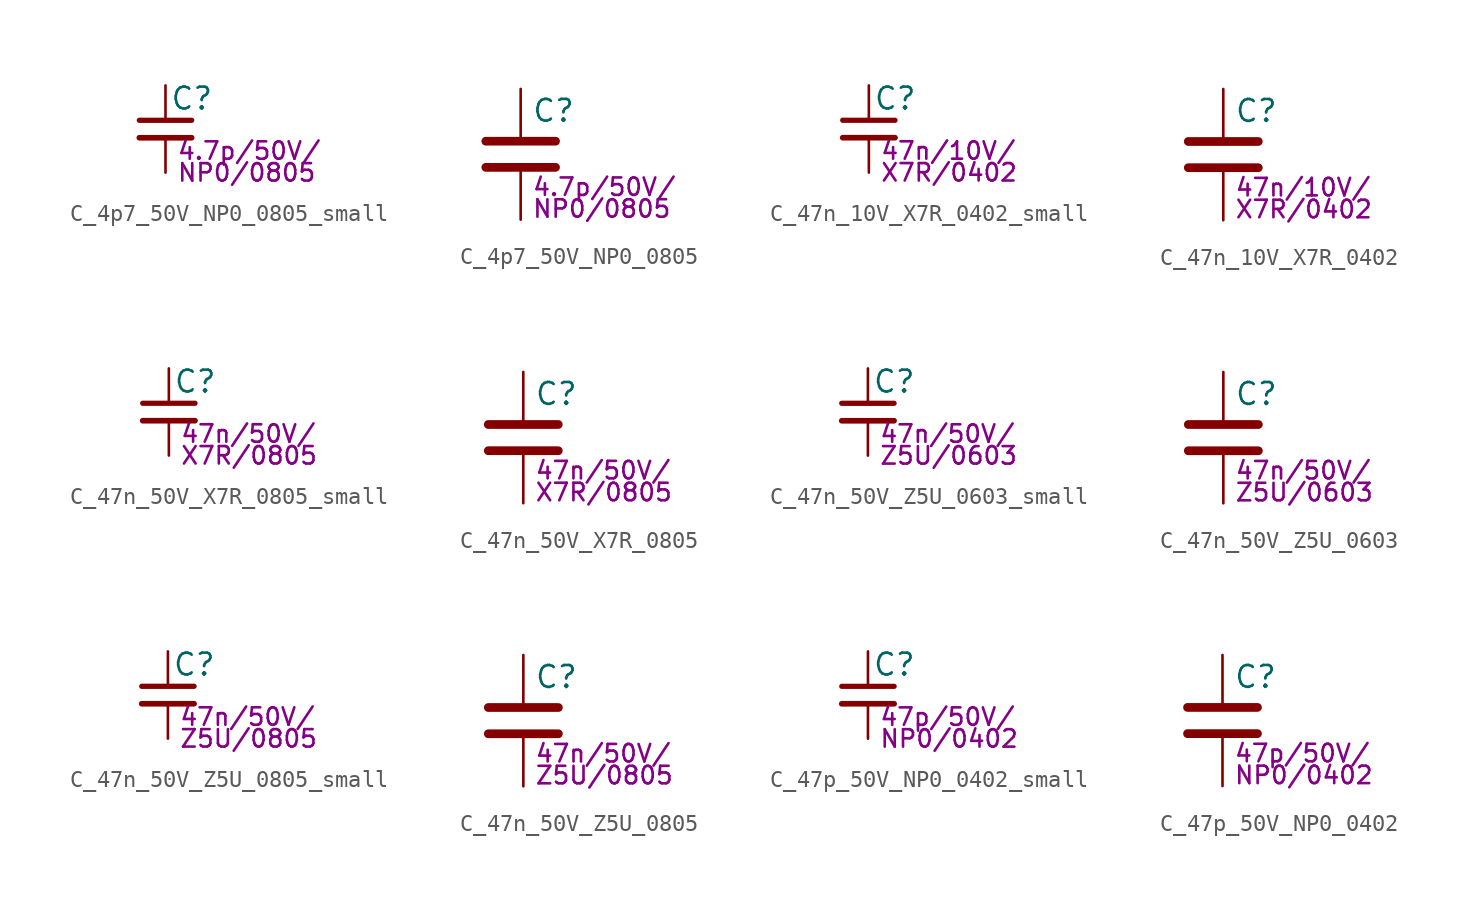
<source format=kicad_sym>
(kicad_symbol_lib
  (version 20211014)
  (generator kicad_symbol_editor)
  (symbol "C_4p7_50V_NP0_0805_small"
    (pin_numbers hide)
    (pin_names
      (offset 0.254) hide)
    (property "Reference" "C"
      (at 0.254 1.778 0)
      (effects (font (size 1.27 1.27)) (justify left)))
    (property "Params" "4.7p/50V/"
      (at 0.635 -1.27 0)
      (effects (font (size 1.016 1.016)) (justify left)))
    (property "Params2" "NP0/0805"
      (at 0.635 -2.54 0)
      (effects (font (size 1.016 1.016)) (justify left)))
    (symbol "C_4p7_50V_NP0_0805_small_0_1"
      (polyline (pts (xy -1.524 -0.508) (xy 1.524 -0.508)) (stroke (width 0.33) (type default) (color 0 0 0 0)) (fill (type none)))
      (polyline (pts (xy -1.524 0.508) (xy 1.524 0.508)) (stroke (width 0.305) (type default) (color 0 0 0 0)) (fill (type none))))
    (symbol "C_4p7_50V_NP0_0805_small_1_1"
      (pin passive line (at 0 2.54 270) (length 2.032) (name "~" (effects (font (size 1.27 1.27)))) (number "1" (effects (font (size 1.27 1.27)))))
      (pin passive line (at 0 -2.54 90) (length 2.032) (name "~" (effects (font (size 1.27 1.27)))) (number "2" (effects (font (size 1.27 1.27)))))))
  (symbol "C_4p7_50V_NP0_0805"
    (pin_numbers hide)
    (pin_names
      (offset 0.254))
    (property "Reference" "C"
      (at 0.635 2.54 0)
      (effects (font (size 1.27 1.27)) (justify left)))
    (property "Params" "4.7p/50V/"
      (at 0.635 -1.905 0)
      (effects (font (size 1.016 1.016)) (justify left)))
    (property "Params2" "NP0/0805"
      (at 0.635 -3.175 0)
      (effects (font (size 1.016 1.016)) (justify left)))
    (symbol "C_4p7_50V_NP0_0805_0_1"
      (polyline (pts (xy -2.032 -0.762) (xy 2.032 -0.762)) (stroke (width 0.508) (type default) (color 0 0 0 0)) (fill (type none)))
      (polyline (pts (xy -2.032 0.762) (xy 2.032 0.762)) (stroke (width 0.508) (type default) (color 0 0 0 0)) (fill (type none))))
    (symbol "C_4p7_50V_NP0_0805_1_1"
      (pin passive line (at 0 3.81 270) (length 2.794) (name "~" (effects (font (size 1.27 1.27)))) (number "1" (effects (font (size 1.27 1.27)))))
      (pin passive line (at 0 -3.81 90) (length 2.794) (name "~" (effects (font (size 1.27 1.27)))) (number "2" (effects (font (size 1.27 1.27)))))))
  (symbol "C_47n_10V_X7R_0402_small"
    (pin_numbers hide)
    (pin_names
      (offset 0.254) hide)
    (property "Reference" "C"
      (at 0.254 1.778 0)
      (effects (font (size 1.27 1.27)) (justify left)))
    (property "Params" "47n/10V/"
      (at 0.635 -1.27 0)
      (effects (font (size 1.016 1.016)) (justify left)))
    (property "Params2" "X7R/0402"
      (at 0.635 -2.54 0)
      (effects (font (size 1.016 1.016)) (justify left)))
    (symbol "C_47n_10V_X7R_0402_small_0_1"
      (polyline (pts (xy -1.524 -0.508) (xy 1.524 -0.508)) (stroke (width 0.33) (type default) (color 0 0 0 0)) (fill (type none)))
      (polyline (pts (xy -1.524 0.508) (xy 1.524 0.508)) (stroke (width 0.305) (type default) (color 0 0 0 0)) (fill (type none))))
    (symbol "C_47n_10V_X7R_0402_small_1_1"
      (pin passive line (at 0 2.54 270) (length 2.032) (name "~" (effects (font (size 1.27 1.27)))) (number "1" (effects (font (size 1.27 1.27)))))
      (pin passive line (at 0 -2.54 90) (length 2.032) (name "~" (effects (font (size 1.27 1.27)))) (number "2" (effects (font (size 1.27 1.27)))))))
  (symbol "C_47n_10V_X7R_0402"
    (pin_numbers hide)
    (pin_names
      (offset 0.254))
    (property "Reference" "C"
      (at 0.635 2.54 0)
      (effects (font (size 1.27 1.27)) (justify left)))
    (property "Params" "47n/10V/"
      (at 0.635 -1.905 0)
      (effects (font (size 1.016 1.016)) (justify left)))
    (property "Params2" "X7R/0402"
      (at 0.635 -3.175 0)
      (effects (font (size 1.016 1.016)) (justify left)))
    (symbol "C_47n_10V_X7R_0402_0_1"
      (polyline (pts (xy -2.032 -0.762) (xy 2.032 -0.762)) (stroke (width 0.508) (type default) (color 0 0 0 0)) (fill (type none)))
      (polyline (pts (xy -2.032 0.762) (xy 2.032 0.762)) (stroke (width 0.508) (type default) (color 0 0 0 0)) (fill (type none))))
    (symbol "C_47n_10V_X7R_0402_1_1"
      (pin passive line (at 0 3.81 270) (length 2.794) (name "~" (effects (font (size 1.27 1.27)))) (number "1" (effects (font (size 1.27 1.27)))))
      (pin passive line (at 0 -3.81 90) (length 2.794) (name "~" (effects (font (size 1.27 1.27)))) (number "2" (effects (font (size 1.27 1.27)))))))
  (symbol "C_47n_50V_X7R_0805_small"
    (pin_numbers hide)
    (pin_names
      (offset 0.254) hide)
    (property "Reference" "C"
      (at 0.254 1.778 0)
      (effects (font (size 1.27 1.27)) (justify left)))
    (property "Params" "47n/50V/"
      (at 0.635 -1.27 0)
      (effects (font (size 1.016 1.016)) (justify left)))
    (property "Params2" "X7R/0805"
      (at 0.635 -2.54 0)
      (effects (font (size 1.016 1.016)) (justify left)))
    (symbol "C_47n_50V_X7R_0805_small_0_1"
      (polyline (pts (xy -1.524 -0.508) (xy 1.524 -0.508)) (stroke (width 0.33) (type default) (color 0 0 0 0)) (fill (type none)))
      (polyline (pts (xy -1.524 0.508) (xy 1.524 0.508)) (stroke (width 0.305) (type default) (color 0 0 0 0)) (fill (type none))))
    (symbol "C_47n_50V_X7R_0805_small_1_1"
      (pin passive line (at 0 2.54 270) (length 2.032) (name "~" (effects (font (size 1.27 1.27)))) (number "1" (effects (font (size 1.27 1.27)))))
      (pin passive line (at 0 -2.54 90) (length 2.032) (name "~" (effects (font (size 1.27 1.27)))) (number "2" (effects (font (size 1.27 1.27)))))))
  (symbol "C_47n_50V_X7R_0805"
    (pin_numbers hide)
    (pin_names
      (offset 0.254))
    (property "Reference" "C"
      (at 0.635 2.54 0)
      (effects (font (size 1.27 1.27)) (justify left)))
    (property "Params" "47n/50V/"
      (at 0.635 -1.905 0)
      (effects (font (size 1.016 1.016)) (justify left)))
    (property "Params2" "X7R/0805"
      (at 0.635 -3.175 0)
      (effects (font (size 1.016 1.016)) (justify left)))
    (symbol "C_47n_50V_X7R_0805_0_1"
      (polyline (pts (xy -2.032 -0.762) (xy 2.032 -0.762)) (stroke (width 0.508) (type default) (color 0 0 0 0)) (fill (type none)))
      (polyline (pts (xy -2.032 0.762) (xy 2.032 0.762)) (stroke (width 0.508) (type default) (color 0 0 0 0)) (fill (type none))))
    (symbol "C_47n_50V_X7R_0805_1_1"
      (pin passive line (at 0 3.81 270) (length 2.794) (name "~" (effects (font (size 1.27 1.27)))) (number "1" (effects (font (size 1.27 1.27)))))
      (pin passive line (at 0 -3.81 90) (length 2.794) (name "~" (effects (font (size 1.27 1.27)))) (number "2" (effects (font (size 1.27 1.27)))))))
  (symbol "C_47n_50V_Z5U_0603_small"
    (pin_numbers hide)
    (pin_names
      (offset 0.254) hide)
    (property "Reference" "C"
      (at 0.254 1.778 0)
      (effects (font (size 1.27 1.27)) (justify left)))
    (property "Params" "47n/50V/"
      (at 0.635 -1.27 0)
      (effects (font (size 1.016 1.016)) (justify left)))
    (property "Params2" "Z5U/0603"
      (at 0.635 -2.54 0)
      (effects (font (size 1.016 1.016)) (justify left)))
    (symbol "C_47n_50V_Z5U_0603_small_0_1"
      (polyline (pts (xy -1.524 -0.508) (xy 1.524 -0.508)) (stroke (width 0.33) (type default) (color 0 0 0 0)) (fill (type none)))
      (polyline (pts (xy -1.524 0.508) (xy 1.524 0.508)) (stroke (width 0.305) (type default) (color 0 0 0 0)) (fill (type none))))
    (symbol "C_47n_50V_Z5U_0603_small_1_1"
      (pin passive line (at 0 2.54 270) (length 2.032) (name "~" (effects (font (size 1.27 1.27)))) (number "1" (effects (font (size 1.27 1.27)))))
      (pin passive line (at 0 -2.54 90) (length 2.032) (name "~" (effects (font (size 1.27 1.27)))) (number "2" (effects (font (size 1.27 1.27)))))))
  (symbol "C_47n_50V_Z5U_0603"
    (pin_numbers hide)
    (pin_names
      (offset 0.254))
    (property "Reference" "C"
      (at 0.635 2.54 0)
      (effects (font (size 1.27 1.27)) (justify left)))
    (property "Params" "47n/50V/"
      (at 0.635 -1.905 0)
      (effects (font (size 1.016 1.016)) (justify left)))
    (property "Params2" "Z5U/0603"
      (at 0.635 -3.175 0)
      (effects (font (size 1.016 1.016)) (justify left)))
    (symbol "C_47n_50V_Z5U_0603_0_1"
      (polyline (pts (xy -2.032 -0.762) (xy 2.032 -0.762)) (stroke (width 0.508) (type default) (color 0 0 0 0)) (fill (type none)))
      (polyline (pts (xy -2.032 0.762) (xy 2.032 0.762)) (stroke (width 0.508) (type default) (color 0 0 0 0)) (fill (type none))))
    (symbol "C_47n_50V_Z5U_0603_1_1"
      (pin passive line (at 0 3.81 270) (length 2.794) (name "~" (effects (font (size 1.27 1.27)))) (number "1" (effects (font (size 1.27 1.27)))))
      (pin passive line (at 0 -3.81 90) (length 2.794) (name "~" (effects (font (size 1.27 1.27)))) (number "2" (effects (font (size 1.27 1.27)))))))
  (symbol "C_47n_50V_Z5U_0805_small"
    (pin_numbers hide)
    (pin_names
      (offset 0.254) hide)
    (property "Reference" "C"
      (at 0.254 1.778 0)
      (effects (font (size 1.27 1.27)) (justify left)))
    (property "Params" "47n/50V/"
      (at 0.635 -1.27 0)
      (effects (font (size 1.016 1.016)) (justify left)))
    (property "Params2" "Z5U/0805"
      (at 0.635 -2.54 0)
      (effects (font (size 1.016 1.016)) (justify left)))
    (symbol "C_47n_50V_Z5U_0805_small_0_1"
      (polyline (pts (xy -1.524 -0.508) (xy 1.524 -0.508)) (stroke (width 0.33) (type default) (color 0 0 0 0)) (fill (type none)))
      (polyline (pts (xy -1.524 0.508) (xy 1.524 0.508)) (stroke (width 0.305) (type default) (color 0 0 0 0)) (fill (type none))))
    (symbol "C_47n_50V_Z5U_0805_small_1_1"
      (pin passive line (at 0 2.54 270) (length 2.032) (name "~" (effects (font (size 1.27 1.27)))) (number "1" (effects (font (size 1.27 1.27)))))
      (pin passive line (at 0 -2.54 90) (length 2.032) (name "~" (effects (font (size 1.27 1.27)))) (number "2" (effects (font (size 1.27 1.27)))))))
  (symbol "C_47n_50V_Z5U_0805"
    (pin_numbers hide)
    (pin_names
      (offset 0.254))
    (property "Reference" "C"
      (at 0.635 2.54 0)
      (effects (font (size 1.27 1.27)) (justify left)))
    (property "Params" "47n/50V/"
      (at 0.635 -1.905 0)
      (effects (font (size 1.016 1.016)) (justify left)))
    (property "Params2" "Z5U/0805"
      (at 0.635 -3.175 0)
      (effects (font (size 1.016 1.016)) (justify left)))
    (symbol "C_47n_50V_Z5U_0805_0_1"
      (polyline (pts (xy -2.032 -0.762) (xy 2.032 -0.762)) (stroke (width 0.508) (type default) (color 0 0 0 0)) (fill (type none)))
      (polyline (pts (xy -2.032 0.762) (xy 2.032 0.762)) (stroke (width 0.508) (type default) (color 0 0 0 0)) (fill (type none))))
    (symbol "C_47n_50V_Z5U_0805_1_1"
      (pin passive line (at 0 3.81 270) (length 2.794) (name "~" (effects (font (size 1.27 1.27)))) (number "1" (effects (font (size 1.27 1.27)))))
      (pin passive line (at 0 -3.81 90) (length 2.794) (name "~" (effects (font (size 1.27 1.27)))) (number "2" (effects (font (size 1.27 1.27)))))))
  (symbol "C_47p_50V_NP0_0402_small"
    (pin_numbers hide)
    (pin_names
      (offset 0.254) hide)
    (property "Reference" "C"
      (at 0.254 1.778 0)
      (effects (font (size 1.27 1.27)) (justify left)))
    (property "Params" "47p/50V/"
      (at 0.635 -1.27 0)
      (effects (font (size 1.016 1.016)) (justify left)))
    (property "Params2" "NP0/0402"
      (at 0.635 -2.54 0)
      (effects (font (size 1.016 1.016)) (justify left)))
    (symbol "C_47p_50V_NP0_0402_small_0_1"
      (polyline (pts (xy -1.524 -0.508) (xy 1.524 -0.508)) (stroke (width 0.33) (type default) (color 0 0 0 0)) (fill (type none)))
      (polyline (pts (xy -1.524 0.508) (xy 1.524 0.508)) (stroke (width 0.305) (type default) (color 0 0 0 0)) (fill (type none))))
    (symbol "C_47p_50V_NP0_0402_small_1_1"
      (pin passive line (at 0 2.54 270) (length 2.032) (name "~" (effects (font (size 1.27 1.27)))) (number "1" (effects (font (size 1.27 1.27)))))
      (pin passive line (at 0 -2.54 90) (length 2.032) (name "~" (effects (font (size 1.27 1.27)))) (number "2" (effects (font (size 1.27 1.27)))))))
  (symbol "C_47p_50V_NP0_0402"
    (pin_numbers hide)
    (pin_names
      (offset 0.254))
    (property "Reference" "C"
      (at 0.635 2.54 0)
      (effects (font (size 1.27 1.27)) (justify left)))
    (property "Params" "47p/50V/"
      (at 0.635 -1.905 0)
      (effects (font (size 1.016 1.016)) (justify left)))
    (property "Params2" "NP0/0402"
      (at 0.635 -3.175 0)
      (effects (font (size 1.016 1.016)) (justify left)))
    (symbol "C_47p_50V_NP0_0402_0_1"
      (polyline (pts (xy -2.032 -0.762) (xy 2.032 -0.762)) (stroke (width 0.508) (type default) (color 0 0 0 0)) (fill (type none)))
      (polyline (pts (xy -2.032 0.762) (xy 2.032 0.762)) (stroke (width 0.508) (type default) (color 0 0 0 0)) (fill (type none))))
    (symbol "C_47p_50V_NP0_0402_1_1"
      (pin passive line (at 0 3.81 270) (length 2.794) (name "~" (effects (font (size 1.27 1.27)))) (number "1" (effects (font (size 1.27 1.27)))))
      (pin passive line (at 0 -3.81 90) (length 2.794) (name "~" (effects (font (size 1.27 1.27)))) (number "2" (effects (font (size 1.27 1.27))))))))
</source>
